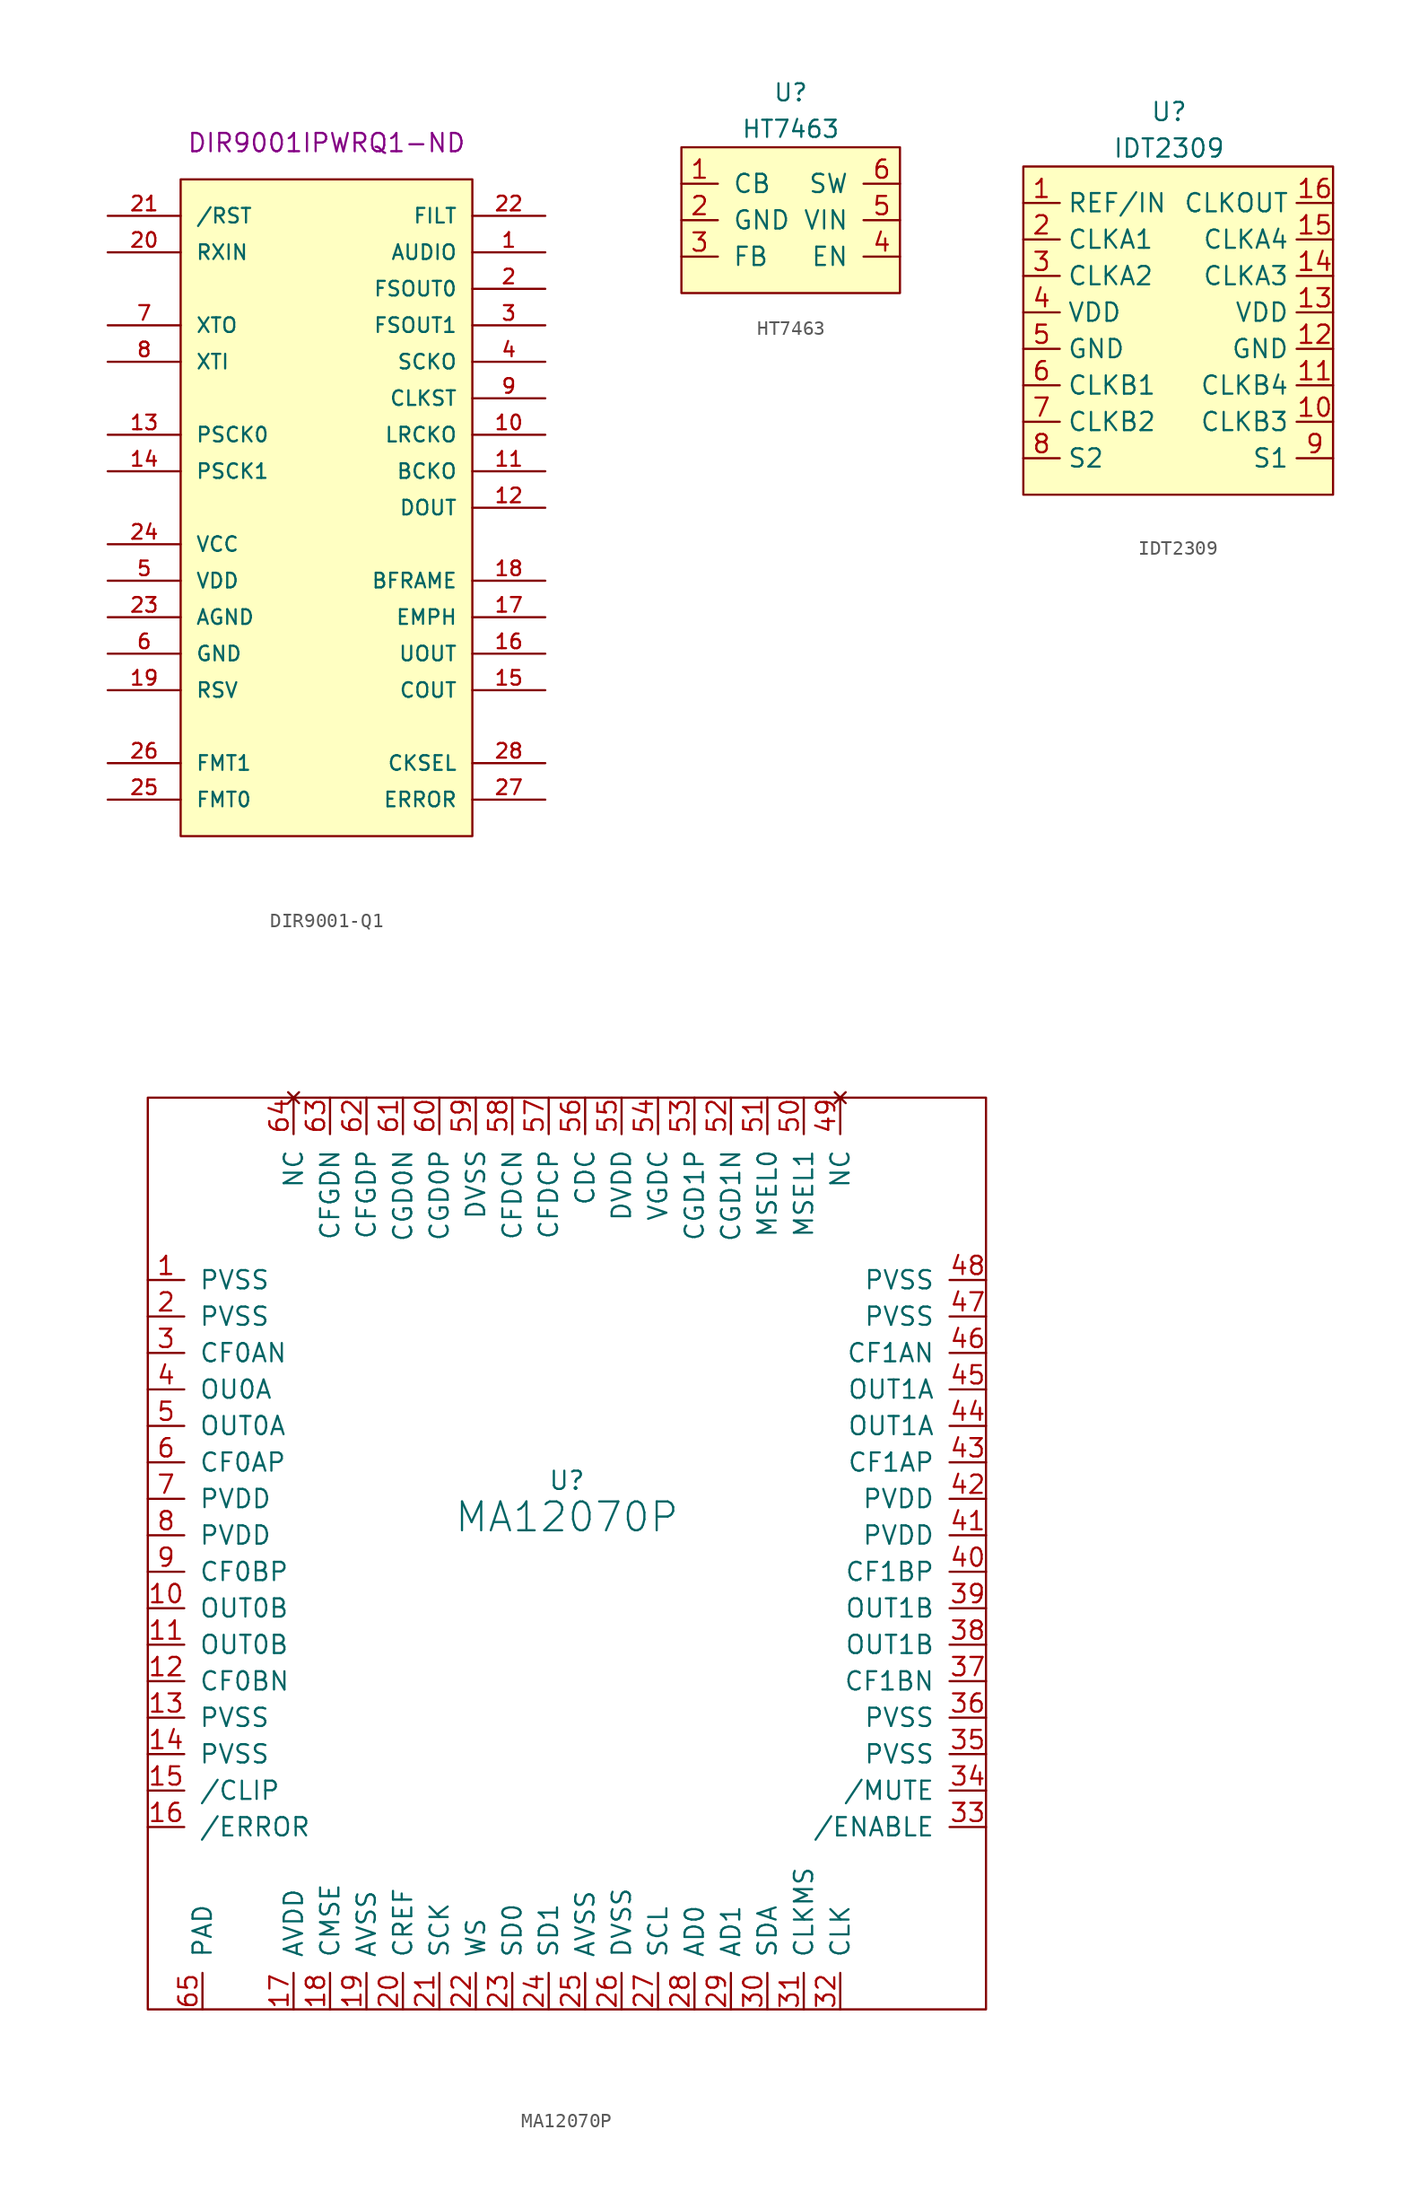
<source format=kicad_sym>
(kicad_symbol_lib
  (version 20211014)
  (generator kicad_symbol_editor)
  (symbol "DIR9001-Q1"
    (pin_names
      (offset 1.016))
    (property "Reference" "U?"
      (at 0 6.35 0)
      (effects (font (size 1.27 1.27)) (justify left bottom) hide))
    (property "Digikey" "DIR9001IPWRQ1-ND"
      (at 0 2.54 0)
      (effects (font (size 1.27 1.27))))
    (symbol "DIR9001-Q1_0_0"
      (rectangle (start -10.16 0) (end 10.16 -45.72) (stroke (width 0) (type default) (color 0 0 0 0)) (fill (type background)))
      (pin bidirectional line (at 15.24 -5.08 180) (length 5.08) (name "AUDIO" (effects (font (size 1.016 1.016)))) (number "1" (effects (font (size 1.016 1.016)))))
      (pin bidirectional line (at 15.24 -17.78 180) (length 5.08) (name "LRCKO" (effects (font (size 1.016 1.016)))) (number "10" (effects (font (size 1.016 1.016)))))
      (pin bidirectional line (at 15.24 -20.32 180) (length 5.08) (name "BCKO" (effects (font (size 1.016 1.016)))) (number "11" (effects (font (size 1.016 1.016)))))
      (pin bidirectional line (at 15.24 -22.86 180) (length 5.08) (name "DOUT" (effects (font (size 1.016 1.016)))) (number "12" (effects (font (size 1.016 1.016)))))
      (pin bidirectional line (at -15.24 -17.78 0) (length 5.08) (name "PSCK0" (effects (font (size 1.016 1.016)))) (number "13" (effects (font (size 1.016 1.016)))))
      (pin bidirectional line (at -15.24 -20.32 0) (length 5.08) (name "PSCK1" (effects (font (size 1.016 1.016)))) (number "14" (effects (font (size 1.016 1.016)))))
      (pin bidirectional line (at 15.24 -35.56 180) (length 5.08) (name "COUT" (effects (font (size 1.016 1.016)))) (number "15" (effects (font (size 1.016 1.016)))))
      (pin bidirectional line (at 15.24 -33.02 180) (length 5.08) (name "UOUT" (effects (font (size 1.016 1.016)))) (number "16" (effects (font (size 1.016 1.016)))))
      (pin bidirectional line (at 15.24 -30.48 180) (length 5.08) (name "EMPH" (effects (font (size 1.016 1.016)))) (number "17" (effects (font (size 1.016 1.016)))))
      (pin bidirectional line (at 15.24 -27.94 180) (length 5.08) (name "BFRAME" (effects (font (size 1.016 1.016)))) (number "18" (effects (font (size 1.016 1.016)))))
      (pin bidirectional line (at -15.24 -35.56 0) (length 5.08) (name "RSV" (effects (font (size 1.016 1.016)))) (number "19" (effects (font (size 1.016 1.016)))))
      (pin bidirectional line (at 15.24 -7.62 180) (length 5.08) (name "FSOUT0" (effects (font (size 1.016 1.016)))) (number "2" (effects (font (size 1.016 1.016)))))
      (pin bidirectional line (at -15.24 -5.08 0) (length 5.08) (name "RXIN" (effects (font (size 1.016 1.016)))) (number "20" (effects (font (size 1.016 1.016)))))
      (pin bidirectional line (at -15.24 -2.54 0) (length 5.08) (name "/RST" (effects (font (size 1.016 1.016)))) (number "21" (effects (font (size 1.016 1.016)))))
      (pin bidirectional line (at 15.24 -2.54 180) (length 5.08) (name "FILT" (effects (font (size 1.016 1.016)))) (number "22" (effects (font (size 1.016 1.016)))))
      (pin bidirectional line (at -15.24 -30.48 0) (length 5.08) (name "AGND" (effects (font (size 1.016 1.016)))) (number "23" (effects (font (size 1.016 1.016)))))
      (pin bidirectional line (at -15.24 -25.4 0) (length 5.08) (name "VCC" (effects (font (size 1.016 1.016)))) (number "24" (effects (font (size 1.016 1.016)))))
      (pin bidirectional line (at -15.24 -43.18 0) (length 5.08) (name "FMT0" (effects (font (size 1.016 1.016)))) (number "25" (effects (font (size 1.016 1.016)))))
      (pin bidirectional line (at -15.24 -40.64 0) (length 5.08) (name "FMT1" (effects (font (size 1.016 1.016)))) (number "26" (effects (font (size 1.016 1.016)))))
      (pin bidirectional line (at 15.24 -43.18 180) (length 5.08) (name "ERROR" (effects (font (size 1.016 1.016)))) (number "27" (effects (font (size 1.016 1.016)))))
      (pin bidirectional line (at 15.24 -40.64 180) (length 5.08) (name "CKSEL" (effects (font (size 1.016 1.016)))) (number "28" (effects (font (size 1.016 1.016)))))
      (pin bidirectional line (at 15.24 -10.16 180) (length 5.08) (name "FSOUT1" (effects (font (size 1.016 1.016)))) (number "3" (effects (font (size 1.016 1.016)))))
      (pin bidirectional line (at 15.24 -12.7 180) (length 5.08) (name "SCKO" (effects (font (size 1.016 1.016)))) (number "4" (effects (font (size 1.016 1.016)))))
      (pin bidirectional line (at -15.24 -27.94 0) (length 5.08) (name "VDD" (effects (font (size 1.016 1.016)))) (number "5" (effects (font (size 1.016 1.016)))))
      (pin bidirectional line (at -15.24 -33.02 0) (length 5.08) (name "GND" (effects (font (size 1.016 1.016)))) (number "6" (effects (font (size 1.016 1.016)))))
      (pin bidirectional line (at -15.24 -10.16 0) (length 5.08) (name "XTO" (effects (font (size 1.016 1.016)))) (number "7" (effects (font (size 1.016 1.016)))))
      (pin bidirectional line (at -15.24 -12.7 0) (length 5.08) (name "XTI" (effects (font (size 1.016 1.016)))) (number "8" (effects (font (size 1.016 1.016)))))
      (pin bidirectional line (at 15.24 -15.24 180) (length 5.08) (name "CLKST" (effects (font (size 1.016 1.016)))) (number "9" (effects (font (size 1.016 1.016)))))))
  (symbol "HT7463"
    (pin_names
      (offset 1.016))
    (property "Reference" "U"
      (at 0 8.89 0)
      (effects (font (size 1.194 1.194))))
    (property "Value" "HT7463"
      (at 0 6.35 0)
      (effects (font (size 1.194 1.194))))
    (symbol "HT7463_0_1"
      (rectangle (start -7.62 5.08) (end 7.62 -5.08) (stroke (width 0) (type default) (color 0 0 0 0)) (fill (type background))))
    (symbol "HT7463_1_1"
      (pin input line (at -7.62 2.54 0) (length 2.54) (name "CB" (effects (font (size 1.27 1.27)))) (number "1" (effects (font (size 1.27 1.27)))))
      (pin passive line (at -7.62 0 0) (length 2.54) (name "GND" (effects (font (size 1.27 1.27)))) (number "2" (effects (font (size 1.27 1.27)))))
      (pin input line (at -7.62 -2.54 0) (length 2.54) (name "FB" (effects (font (size 1.27 1.27)))) (number "3" (effects (font (size 1.27 1.27)))))
      (pin input line (at 7.62 -2.54 180) (length 2.54) (name "EN" (effects (font (size 1.27 1.27)))) (number "4" (effects (font (size 1.27 1.27)))))
      (pin power_in line (at 7.62 0 180) (length 2.54) (name "VIN" (effects (font (size 1.27 1.27)))) (number "5" (effects (font (size 1.27 1.27)))))
      (pin output line (at 7.62 2.54 180) (length 2.54) (name "SW" (effects (font (size 1.27 1.27)))) (number "6" (effects (font (size 1.27 1.27)))))))
  (symbol "IDT2309"
    (property "Reference" "U"
      (at 0 20.32 0)
      (effects (font (size 1.27 1.27))))
    (property "Value" "IDT2309"
      (at 0 17.78 0)
      (effects (font (size 1.27 1.27))))
    (symbol "IDT2309_0_1"
      (rectangle (start -10.16 16.51) (end 11.43 -6.35) (stroke (width 0) (type default) (color 0 0 0 0)) (fill (type background))))
    (symbol "IDT2309_1_1"
      (pin input line (at -10.16 13.97 0) (length 2.54) (name "REF/IN" (effects (font (size 1.27 1.27)))) (number "1" (effects (font (size 1.27 1.27)))))
      (pin output line (at 11.43 -1.27 180) (length 2.54) (name "CLKB3" (effects (font (size 1.27 1.27)))) (number "10" (effects (font (size 1.27 1.27)))))
      (pin output line (at 11.43 1.27 180) (length 2.54) (name "CLKB4" (effects (font (size 1.27 1.27)))) (number "11" (effects (font (size 1.27 1.27)))))
      (pin passive line (at 11.43 3.81 180) (length 2.54) (name "GND" (effects (font (size 1.27 1.27)))) (number "12" (effects (font (size 1.27 1.27)))))
      (pin power_in line (at 11.43 6.35 180) (length 2.54) (name "VDD" (effects (font (size 1.27 1.27)))) (number "13" (effects (font (size 1.27 1.27)))))
      (pin output line (at 11.43 8.89 180) (length 2.54) (name "CLKA3" (effects (font (size 1.27 1.27)))) (number "14" (effects (font (size 1.27 1.27)))))
      (pin output line (at 11.43 11.43 180) (length 2.54) (name "CLKA4" (effects (font (size 1.27 1.27)))) (number "15" (effects (font (size 1.27 1.27)))))
      (pin output line (at 11.43 13.97 180) (length 2.54) (name "CLKOUT" (effects (font (size 1.27 1.27)))) (number "16" (effects (font (size 1.27 1.27)))))
      (pin output line (at -10.16 11.43 0) (length 2.54) (name "CLKA1" (effects (font (size 1.27 1.27)))) (number "2" (effects (font (size 1.27 1.27)))))
      (pin output line (at -10.16 8.89 0) (length 2.54) (name "CLKA2" (effects (font (size 1.27 1.27)))) (number "3" (effects (font (size 1.27 1.27)))))
      (pin power_in line (at -10.16 6.35 0) (length 2.54) (name "VDD" (effects (font (size 1.27 1.27)))) (number "4" (effects (font (size 1.27 1.27)))))
      (pin passive line (at -10.16 3.81 0) (length 2.54) (name "GND" (effects (font (size 1.27 1.27)))) (number "5" (effects (font (size 1.27 1.27)))))
      (pin output line (at -10.16 1.27 0) (length 2.54) (name "CLKB1" (effects (font (size 1.27 1.27)))) (number "6" (effects (font (size 1.27 1.27)))))
      (pin output line (at -10.16 -1.27 0) (length 2.54) (name "CLKB2" (effects (font (size 1.27 1.27)))) (number "7" (effects (font (size 1.27 1.27)))))
      (pin input line (at -10.16 -3.81 0) (length 2.54) (name "S2" (effects (font (size 1.27 1.27)))) (number "8" (effects (font (size 1.27 1.27)))))
      (pin input line (at 11.43 -3.81 180) (length 2.54) (name "S1" (effects (font (size 1.27 1.27)))) (number "9" (effects (font (size 1.27 1.27)))))))
  (symbol "MA12070P"
    (pin_names
      (offset 1.016))
    (property "Reference" "U"
      (at 10.16 -20.32 0)
      (effects (font (size 1.27 1.27))))
    (property "Value" "MA12070P"
      (at 10.16 -22.86 0)
      (effects (font (size 2.007 2.007))))
    (symbol "MA12070P_0_1"
      (rectangle (start -19.05 6.35) (end 39.37 -57.15) (stroke (width 0) (type default) (color 0 0 0 0)) (fill (type none))))
    (symbol "MA12070P_1_1"
      (pin input line (at -19.05 -6.35 0) (length 2.54) (name "PVSS" (effects (font (size 1.27 1.27)))) (number "1" (effects (font (size 1.27 1.27)))))
      (pin input line (at -19.05 -29.21 0) (length 2.54) (name "OUT0B" (effects (font (size 1.27 1.27)))) (number "10" (effects (font (size 1.27 1.27)))))
      (pin input line (at -19.05 -31.75 0) (length 2.54) (name "OUT0B" (effects (font (size 1.27 1.27)))) (number "11" (effects (font (size 1.27 1.27)))))
      (pin input line (at -19.05 -34.29 0) (length 2.54) (name "CF0BN" (effects (font (size 1.27 1.27)))) (number "12" (effects (font (size 1.27 1.27)))))
      (pin input line (at -19.05 -36.83 0) (length 2.54) (name "PVSS" (effects (font (size 1.27 1.27)))) (number "13" (effects (font (size 1.27 1.27)))))
      (pin input line (at -19.05 -39.37 0) (length 2.54) (name "PVSS" (effects (font (size 1.27 1.27)))) (number "14" (effects (font (size 1.27 1.27)))))
      (pin output line (at -19.05 -41.91 0) (length 2.54) (name "/CLIP" (effects (font (size 1.27 1.27)))) (number "15" (effects (font (size 1.27 1.27)))))
      (pin input line (at -19.05 -44.45 0) (length 2.54) (name "/ERROR" (effects (font (size 1.27 1.27)))) (number "16" (effects (font (size 1.27 1.27)))))
      (pin input line (at -8.89 -57.15 90) (length 2.54) (name "AVDD" (effects (font (size 1.27 1.27)))) (number "17" (effects (font (size 1.27 1.27)))))
      (pin input line (at -6.35 -57.15 90) (length 2.54) (name "CMSE" (effects (font (size 1.27 1.27)))) (number "18" (effects (font (size 1.27 1.27)))))
      (pin input line (at -3.81 -57.15 90) (length 2.54) (name "AVSS" (effects (font (size 1.27 1.27)))) (number "19" (effects (font (size 1.27 1.27)))))
      (pin input line (at -19.05 -8.89 0) (length 2.54) (name "PVSS" (effects (font (size 1.27 1.27)))) (number "2" (effects (font (size 1.27 1.27)))))
      (pin output line (at -1.27 -57.15 90) (length 2.54) (name "CREF" (effects (font (size 1.27 1.27)))) (number "20" (effects (font (size 1.27 1.27)))))
      (pin output line (at 1.27 -57.15 90) (length 2.54) (name "SCK" (effects (font (size 1.27 1.27)))) (number "21" (effects (font (size 1.27 1.27)))))
      (pin input line (at 3.81 -57.15 90) (length 2.54) (name "WS" (effects (font (size 1.27 1.27)))) (number "22" (effects (font (size 1.27 1.27)))))
      (pin input line (at 6.35 -57.15 90) (length 2.54) (name "SD0" (effects (font (size 1.27 1.27)))) (number "23" (effects (font (size 1.27 1.27)))))
      (pin input line (at 8.89 -57.15 90) (length 2.54) (name "SD1" (effects (font (size 1.27 1.27)))) (number "24" (effects (font (size 1.27 1.27)))))
      (pin passive line (at 11.43 -57.15 90) (length 2.54) (name "AVSS" (effects (font (size 1.27 1.27)))) (number "25" (effects (font (size 1.27 1.27)))))
      (pin passive line (at 13.97 -57.15 90) (length 2.54) (name "DVSS" (effects (font (size 1.27 1.27)))) (number "26" (effects (font (size 1.27 1.27)))))
      (pin bidirectional line (at 16.51 -57.15 90) (length 2.54) (name "SCL" (effects (font (size 1.27 1.27)))) (number "27" (effects (font (size 1.27 1.27)))))
      (pin input line (at 19.05 -57.15 90) (length 2.54) (name "AD0" (effects (font (size 1.27 1.27)))) (number "28" (effects (font (size 1.27 1.27)))))
      (pin input line (at 21.59 -57.15 90) (length 2.54) (name "AD1" (effects (font (size 1.27 1.27)))) (number "29" (effects (font (size 1.27 1.27)))))
      (pin input line (at -19.05 -11.43 0) (length 2.54) (name "CF0AN" (effects (font (size 1.27 1.27)))) (number "3" (effects (font (size 1.27 1.27)))))
      (pin bidirectional line (at 24.13 -57.15 90) (length 2.54) (name "SDA" (effects (font (size 1.27 1.27)))) (number "30" (effects (font (size 1.27 1.27)))))
      (pin output line (at 26.67 -57.15 90) (length 2.54) (name "CLKMS" (effects (font (size 1.27 1.27)))) (number "31" (effects (font (size 1.27 1.27)))))
      (pin input line (at 29.21 -57.15 90) (length 2.54) (name "CLK" (effects (font (size 1.27 1.27)))) (number "32" (effects (font (size 1.27 1.27)))))
      (pin input line (at 39.37 -44.45 180) (length 2.54) (name "/ENABLE" (effects (font (size 1.27 1.27)))) (number "33" (effects (font (size 1.27 1.27)))))
      (pin output line (at 39.37 -41.91 180) (length 2.54) (name "/MUTE" (effects (font (size 1.27 1.27)))) (number "34" (effects (font (size 1.27 1.27)))))
      (pin input line (at 39.37 -39.37 180) (length 2.54) (name "PVSS" (effects (font (size 1.27 1.27)))) (number "35" (effects (font (size 1.27 1.27)))))
      (pin input line (at 39.37 -36.83 180) (length 2.54) (name "PVSS" (effects (font (size 1.27 1.27)))) (number "36" (effects (font (size 1.27 1.27)))))
      (pin input line (at 39.37 -34.29 180) (length 2.54) (name "CF1BN" (effects (font (size 1.27 1.27)))) (number "37" (effects (font (size 1.27 1.27)))))
      (pin output line (at 39.37 -31.75 180) (length 2.54) (name "OUT1B" (effects (font (size 1.27 1.27)))) (number "38" (effects (font (size 1.27 1.27)))))
      (pin output line (at 39.37 -29.21 180) (length 2.54) (name "OUT1B" (effects (font (size 1.27 1.27)))) (number "39" (effects (font (size 1.27 1.27)))))
      (pin output line (at -19.05 -13.97 0) (length 2.54) (name "OU0A" (effects (font (size 1.27 1.27)))) (number "4" (effects (font (size 1.27 1.27)))))
      (pin input line (at 39.37 -26.67 180) (length 2.54) (name "CF1BP" (effects (font (size 1.27 1.27)))) (number "40" (effects (font (size 1.27 1.27)))))
      (pin input line (at 39.37 -24.13 180) (length 2.54) (name "PVDD" (effects (font (size 1.27 1.27)))) (number "41" (effects (font (size 1.27 1.27)))))
      (pin input line (at 39.37 -21.59 180) (length 2.54) (name "PVDD" (effects (font (size 1.27 1.27)))) (number "42" (effects (font (size 1.27 1.27)))))
      (pin input line (at 39.37 -19.05 180) (length 2.54) (name "CF1AP" (effects (font (size 1.27 1.27)))) (number "43" (effects (font (size 1.27 1.27)))))
      (pin output line (at 39.37 -16.51 180) (length 2.54) (name "OUT1A" (effects (font (size 1.27 1.27)))) (number "44" (effects (font (size 1.27 1.27)))))
      (pin output line (at 39.37 -13.97 180) (length 2.54) (name "OUT1A" (effects (font (size 1.27 1.27)))) (number "45" (effects (font (size 1.27 1.27)))))
      (pin input line (at 39.37 -11.43 180) (length 2.54) (name "CF1AN" (effects (font (size 1.27 1.27)))) (number "46" (effects (font (size 1.27 1.27)))))
      (pin input line (at 39.37 -8.89 180) (length 2.54) (name "PVSS" (effects (font (size 1.27 1.27)))) (number "47" (effects (font (size 1.27 1.27)))))
      (pin input line (at 39.37 -6.35 180) (length 2.54) (name "PVSS" (effects (font (size 1.27 1.27)))) (number "48" (effects (font (size 1.27 1.27)))))
      (pin no_connect line (at 29.21 6.35 270) (length 2.54) (name "NC" (effects (font (size 1.27 1.27)))) (number "49" (effects (font (size 1.27 1.27)))))
      (pin output line (at -19.05 -16.51 0) (length 2.54) (name "OUT0A" (effects (font (size 1.27 1.27)))) (number "5" (effects (font (size 1.27 1.27)))))
      (pin bidirectional line (at 26.67 6.35 270) (length 2.54) (name "MSEL1" (effects (font (size 1.27 1.27)))) (number "50" (effects (font (size 1.27 1.27)))))
      (pin bidirectional line (at 24.13 6.35 270) (length 2.54) (name "MSEL0" (effects (font (size 1.27 1.27)))) (number "51" (effects (font (size 1.27 1.27)))))
      (pin input line (at 21.59 6.35 270) (length 2.54) (name "CGD1N" (effects (font (size 1.27 1.27)))) (number "52" (effects (font (size 1.27 1.27)))))
      (pin input line (at 19.05 6.35 270) (length 2.54) (name "CGD1P" (effects (font (size 1.27 1.27)))) (number "53" (effects (font (size 1.27 1.27)))))
      (pin bidirectional line (at 16.51 6.35 270) (length 2.54) (name "VGDC" (effects (font (size 1.27 1.27)))) (number "54" (effects (font (size 1.27 1.27)))))
      (pin passive line (at 13.97 6.35 270) (length 2.54) (name "DVDD" (effects (font (size 1.27 1.27)))) (number "55" (effects (font (size 1.27 1.27)))))
      (pin passive line (at 11.43 6.35 270) (length 2.54) (name "CDC" (effects (font (size 1.27 1.27)))) (number "56" (effects (font (size 1.27 1.27)))))
      (pin input line (at 8.89 6.35 270) (length 2.54) (name "CFDCP" (effects (font (size 1.27 1.27)))) (number "57" (effects (font (size 1.27 1.27)))))
      (pin input line (at 6.35 6.35 270) (length 2.54) (name "CFDCN" (effects (font (size 1.27 1.27)))) (number "58" (effects (font (size 1.27 1.27)))))
      (pin input line (at 3.81 6.35 270) (length 2.54) (name "DVSS" (effects (font (size 1.27 1.27)))) (number "59" (effects (font (size 1.27 1.27)))))
      (pin input line (at -19.05 -19.05 0) (length 2.54) (name "CF0AP" (effects (font (size 1.27 1.27)))) (number "6" (effects (font (size 1.27 1.27)))))
      (pin output line (at 1.27 6.35 270) (length 2.54) (name "CGD0P" (effects (font (size 1.27 1.27)))) (number "60" (effects (font (size 1.27 1.27)))))
      (pin output line (at -1.27 6.35 270) (length 2.54) (name "CGD0N" (effects (font (size 1.27 1.27)))) (number "61" (effects (font (size 1.27 1.27)))))
      (pin input line (at -3.81 6.35 270) (length 2.54) (name "CFGDP" (effects (font (size 1.27 1.27)))) (number "62" (effects (font (size 1.27 1.27)))))
      (pin input line (at -6.35 6.35 270) (length 2.54) (name "CFGDN" (effects (font (size 1.27 1.27)))) (number "63" (effects (font (size 1.27 1.27)))))
      (pin no_connect line (at -8.89 6.35 270) (length 2.54) (name "NC" (effects (font (size 1.27 1.27)))) (number "64" (effects (font (size 1.27 1.27)))))
      (pin input line (at -15.24 -57.15 90) (length 2.54) (name "PAD" (effects (font (size 1.27 1.27)))) (number "65" (effects (font (size 1.27 1.27)))))
      (pin input line (at -19.05 -21.59 0) (length 2.54) (name "PVDD" (effects (font (size 1.27 1.27)))) (number "7" (effects (font (size 1.27 1.27)))))
      (pin input line (at -19.05 -24.13 0) (length 2.54) (name "PVDD" (effects (font (size 1.27 1.27)))) (number "8" (effects (font (size 1.27 1.27)))))
      (pin input line (at -19.05 -26.67 0) (length 2.54) (name "CF0BP" (effects (font (size 1.27 1.27)))) (number "9" (effects (font (size 1.27 1.27))))))))
</source>
